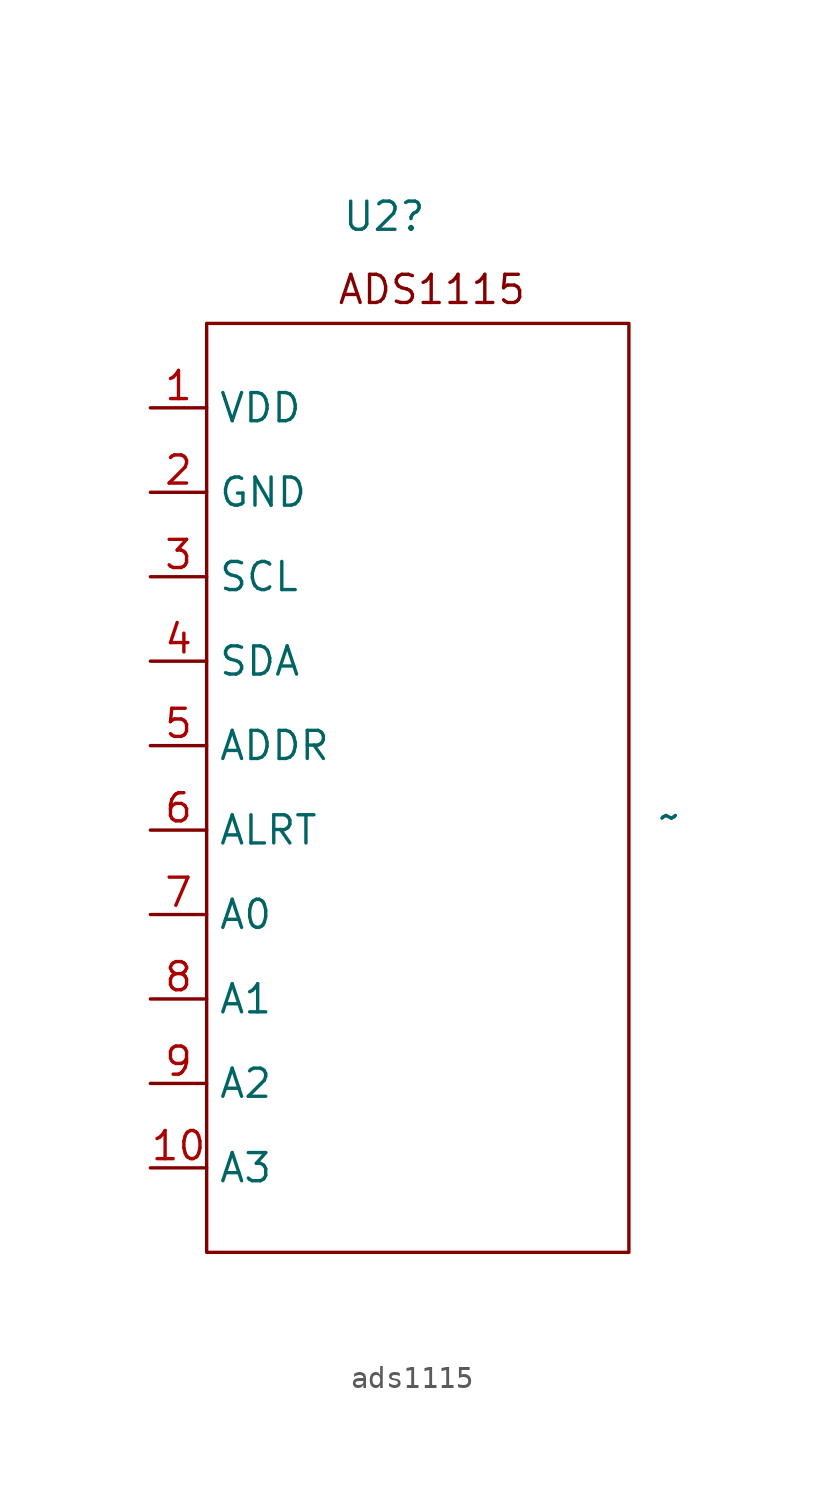
<source format=kicad_sym>
(kicad_symbol_lib
  (version 20241209)
  (generator "kicad_symbol_editor")
  (generator_version "9.0")
  (symbol "ads1115"
    (property "Reference" "U2"
      (at -2.794 22.606 0)
      (effects (font (size 1.27 1.27)) (justify left)))
    (property "Value" "~"
      (at 11.43 -4.445 0)
      (effects (font (size 1.27 1.27)) (justify left)))
    (symbol "ads1115_0_1"
      (rectangle (start -8.89 17.78) (end 10.16 -24.13) (stroke (width 0) (type default)) (fill (type none))))
    (symbol "ads1115_1_1"
      (text "ADS1115" (at 1.27 19.304 0) (effects (font (size 1.27 1.27))))
      (pin power_in line (at -11.43 13.97 0) (length 2.54) (name "VDD" (effects (font (size 1.27 1.27)))) (number "1" (effects (font (size 1.27 1.27)))))
      (pin power_in line (at -11.43 10.16 0) (length 2.54) (name "GND" (effects (font (size 1.27 1.27)))) (number "2" (effects (font (size 1.27 1.27)))))
      (pin bidirectional line (at -11.43 6.35 0) (length 2.54) (name "SCL" (effects (font (size 1.27 1.27)))) (number "3" (effects (font (size 1.27 1.27)))))
      (pin bidirectional line (at -11.43 2.54 0) (length 2.54) (name "SDA" (effects (font (size 1.27 1.27)))) (number "4" (effects (font (size 1.27 1.27)))))
      (pin bidirectional line (at -11.43 -1.27 0) (length 2.54) (name "ADDR" (effects (font (size 1.27 1.27)))) (number "5" (effects (font (size 1.27 1.27)))))
      (pin bidirectional line (at -11.43 -5.08 0) (length 2.54) (name "ALRT" (effects (font (size 1.27 1.27)))) (number "6" (effects (font (size 1.27 1.27)))))
      (pin input line (at -11.43 -8.89 0) (length 2.54) (name "A0" (effects (font (size 1.27 1.27)))) (number "7" (effects (font (size 1.27 1.27)))))
      (pin input line (at -11.43 -12.7 0) (length 2.54) (name "A1" (effects (font (size 1.27 1.27)))) (number "8" (effects (font (size 1.27 1.27)))))
      (pin input line (at -11.43 -16.51 0) (length 2.54) (name "A2" (effects (font (size 1.27 1.27)))) (number "9" (effects (font (size 1.27 1.27)))))
      (pin input line (at -11.43 -20.32 0) (length 2.54) (name "A3" (effects (font (size 1.27 1.27)))) (number "10" (effects (font (size 1.27 1.27))))))))
</source>
